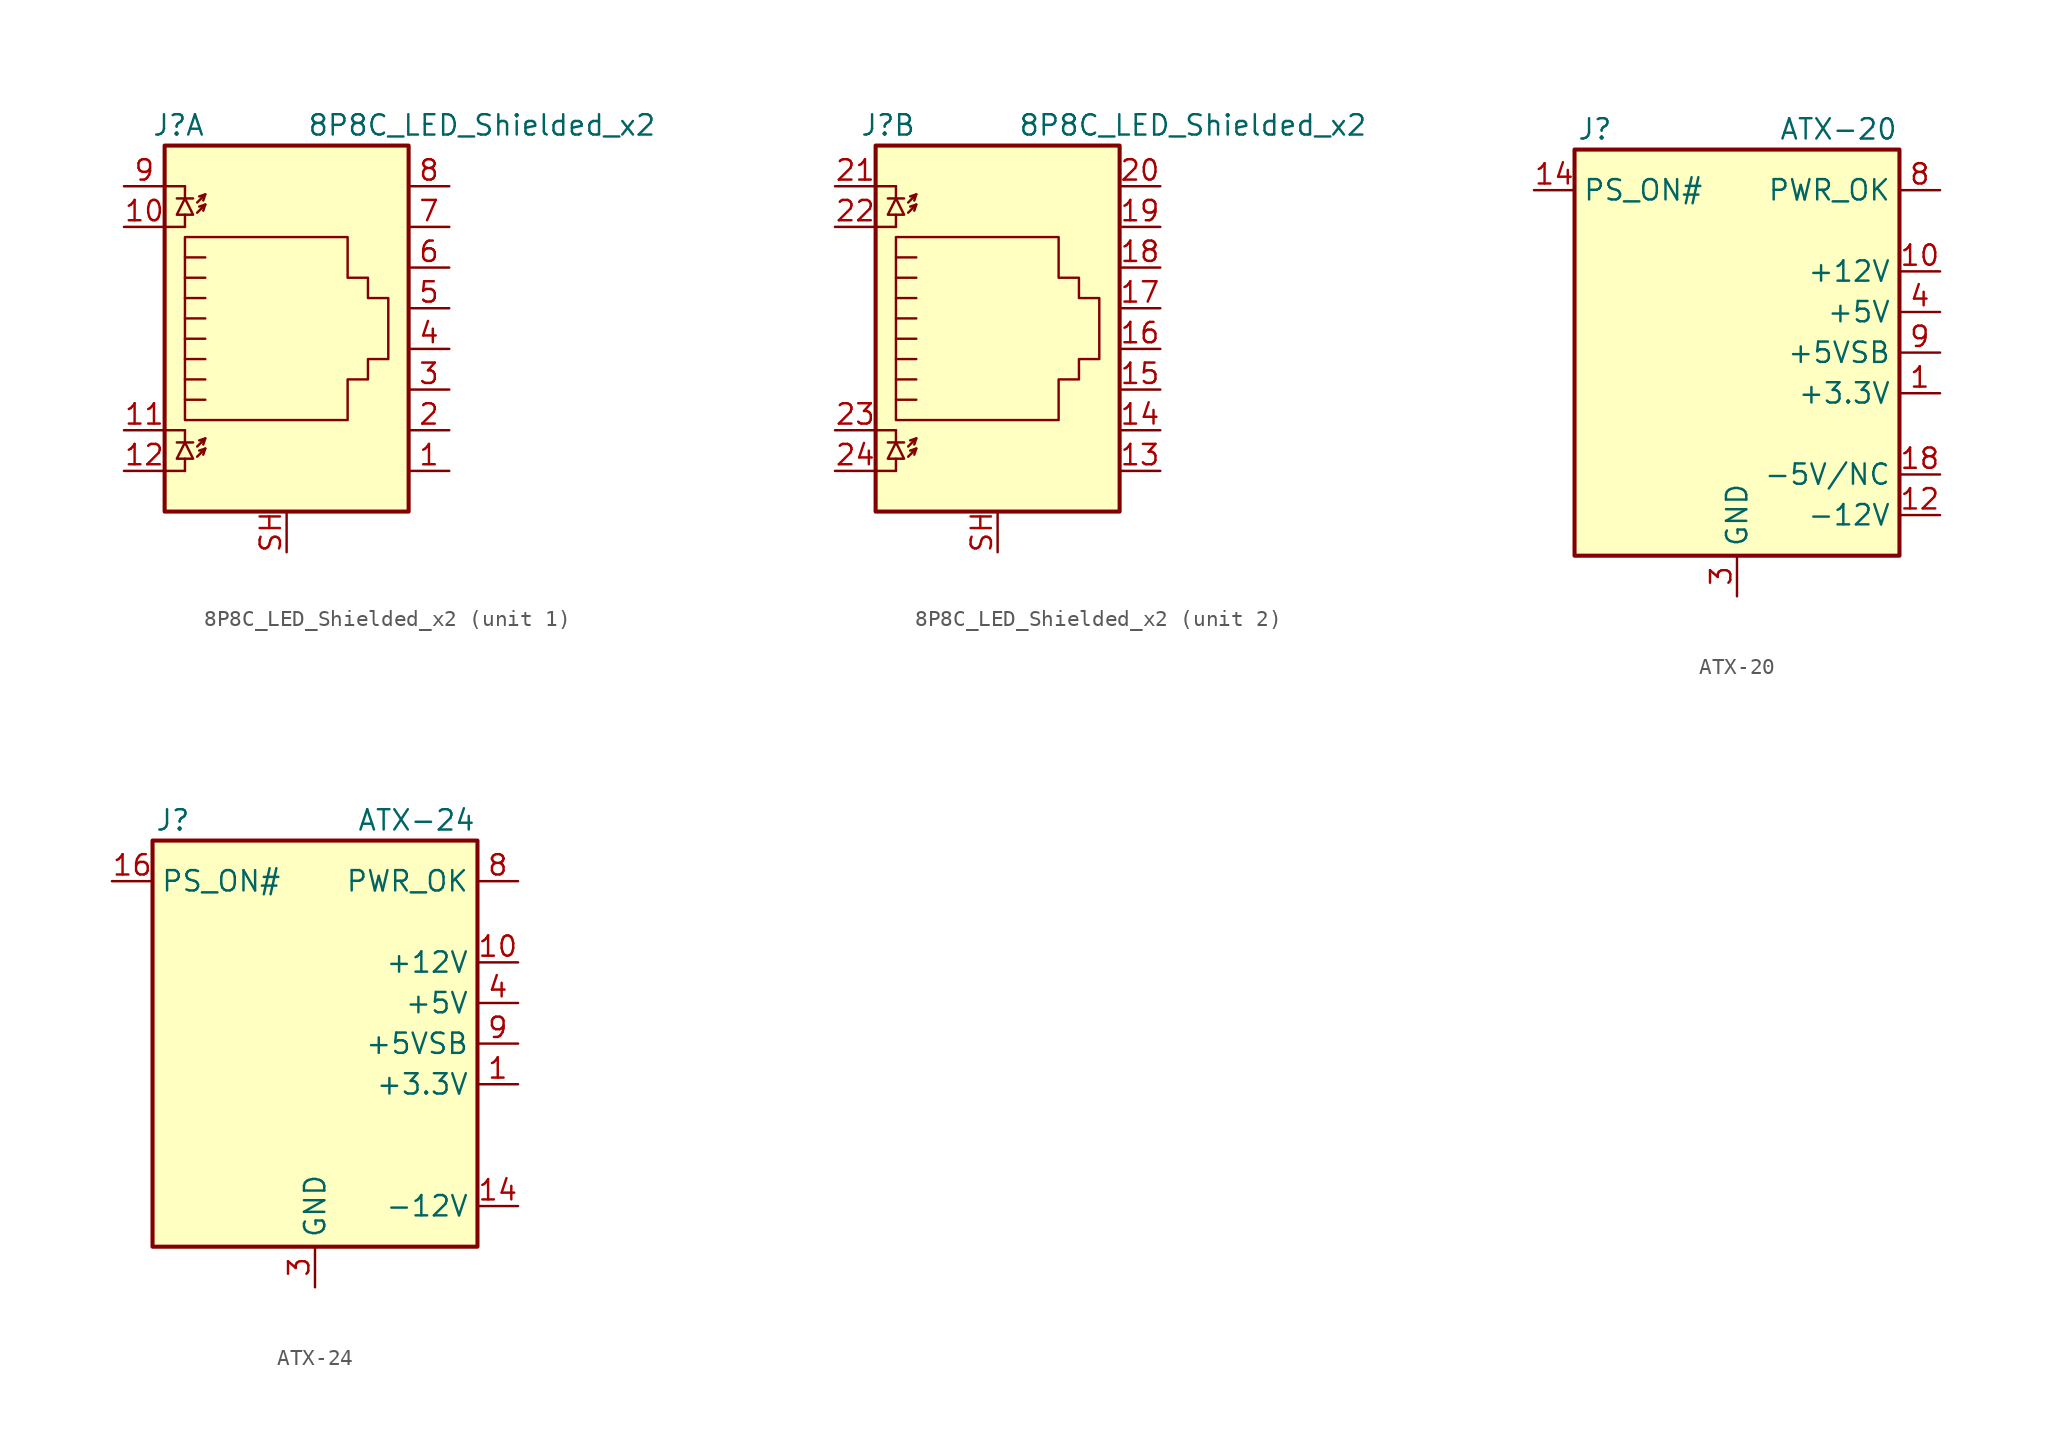
<source format=kicad_sym>
(kicad_symbol_lib
  (version 20211014)
  (generator kicad_symbol_editor)
  (symbol "8P8C_LED_Shielded_x2"
    (property "Reference" "J"
      (at -5.08 13.97 0)
      (effects (font (size 1.27 1.27)) (justify right)))
    (property "Value" "8P8C_LED_Shielded_x2"
      (at 1.27 13.97 0)
      (effects (font (size 1.27 1.27)) (justify left)))
    (symbol "8P8C_LED_Shielded_x2_0_1"
      (polyline (pts (xy -7.62 -7.62) (xy -6.35 -7.62)) (stroke (width 0) (type default) (color 0 0 0 0)) (fill (type none)))
      (polyline (pts (xy -7.62 -5.08) (xy -6.35 -5.08)) (stroke (width 0) (type default) (color 0 0 0 0)) (fill (type none)))
      (polyline (pts (xy -7.62 7.62) (xy -6.35 7.62)) (stroke (width 0) (type default) (color 0 0 0 0)) (fill (type none)))
      (polyline (pts (xy -7.62 10.16) (xy -6.35 10.16)) (stroke (width 0) (type default) (color 0 0 0 0)) (fill (type none)))
      (polyline (pts (xy -6.858 -5.842) (xy -5.842 -5.842)) (stroke (width 0) (type default) (color 0 0 0 0)) (fill (type none)))
      (polyline (pts (xy -6.858 9.398) (xy -5.842 9.398)) (stroke (width 0) (type default) (color 0 0 0 0)) (fill (type none)))
      (polyline (pts (xy -6.35 -7.62) (xy -6.35 -6.858)) (stroke (width 0) (type default) (color 0 0 0 0)) (fill (type none)))
      (polyline (pts (xy -6.35 -5.08) (xy -6.35 -5.842)) (stroke (width 0) (type default) (color 0 0 0 0)) (fill (type none)))
      (polyline (pts (xy -6.35 7.62) (xy -6.35 8.382)) (stroke (width 0) (type default) (color 0 0 0 0)) (fill (type none)))
      (polyline (pts (xy -6.35 10.16) (xy -6.35 9.398)) (stroke (width 0) (type default) (color 0 0 0 0)) (fill (type none)))
      (polyline (pts (xy -5.08 -6.223) (xy -5.207 -6.604)) (stroke (width 0) (type default) (color 0 0 0 0)) (fill (type none)))
      (polyline (pts (xy -5.08 -5.588) (xy -5.207 -5.969)) (stroke (width 0) (type default) (color 0 0 0 0)) (fill (type none)))
      (polyline (pts (xy -5.08 4.445) (xy -6.35 4.445)) (stroke (width 0) (type default) (color 0 0 0 0)) (fill (type none)))
      (polyline (pts (xy -5.08 5.715) (xy -6.35 5.715)) (stroke (width 0) (type default) (color 0 0 0 0)) (fill (type none)))
      (polyline (pts (xy -5.08 9.017) (xy -5.207 8.636)) (stroke (width 0) (type default) (color 0 0 0 0)) (fill (type none)))
      (polyline (pts (xy -5.08 9.652) (xy -5.207 9.271)) (stroke (width 0) (type default) (color 0 0 0 0)) (fill (type none)))
      (polyline (pts (xy -6.35 -3.175) (xy -5.08 -3.175) (xy -5.08 -3.175)) (stroke (width 0) (type default) (color 0 0 0 0)) (fill (type none)))
      (polyline (pts (xy -6.35 -1.905) (xy -5.08 -1.905) (xy -5.08 -1.905)) (stroke (width 0) (type default) (color 0 0 0 0)) (fill (type none)))
      (polyline (pts (xy -6.35 -0.635) (xy -5.08 -0.635) (xy -5.08 -0.635)) (stroke (width 0) (type default) (color 0 0 0 0)) (fill (type none)))
      (polyline (pts (xy -6.35 0.635) (xy -5.08 0.635) (xy -5.08 0.635)) (stroke (width 0) (type default) (color 0 0 0 0)) (fill (type none)))
      (polyline (pts (xy -6.35 1.905) (xy -5.08 1.905) (xy -5.08 1.905)) (stroke (width 0) (type default) (color 0 0 0 0)) (fill (type none)))
      (polyline (pts (xy -5.588 -6.731) (xy -5.08 -6.223) (xy -5.461 -6.35)) (stroke (width 0) (type default) (color 0 0 0 0)) (fill (type none)))
      (polyline (pts (xy -5.588 -6.096) (xy -5.08 -5.588) (xy -5.461 -5.715)) (stroke (width 0) (type default) (color 0 0 0 0)) (fill (type none)))
      (polyline (pts (xy -5.588 8.509) (xy -5.08 9.017) (xy -5.461 8.89)) (stroke (width 0) (type default) (color 0 0 0 0)) (fill (type none)))
      (polyline (pts (xy -5.588 9.144) (xy -5.08 9.652) (xy -5.461 9.525)) (stroke (width 0) (type default) (color 0 0 0 0)) (fill (type none)))
      (polyline (pts (xy -5.08 3.175) (xy -6.35 3.175) (xy -6.35 3.175)) (stroke (width 0) (type default) (color 0 0 0 0)) (fill (type none)))
      (polyline (pts (xy -6.35 -5.842) (xy -6.858 -6.858) (xy -5.842 -6.858) (xy -6.35 -5.842)) (stroke (width 0) (type default) (color 0 0 0 0)) (fill (type none)))
      (polyline (pts (xy -6.35 9.398) (xy -6.858 8.382) (xy -5.842 8.382) (xy -6.35 9.398)) (stroke (width 0) (type default) (color 0 0 0 0)) (fill (type none)))
      (polyline (pts (xy -6.35 -4.445) (xy -6.35 6.985) (xy 3.81 6.985) (xy 3.81 4.445) (xy 5.08 4.445) (xy 5.08 3.175) (xy 6.35 3.175) (xy 6.35 -0.635) (xy 5.08 -0.635) (xy 5.08 -1.905) (xy 3.81 -1.905) (xy 3.81 -4.445) (xy -6.35 -4.445) (xy -6.35 -4.445)) (stroke (width 0) (type default) (color 0 0 0 0)) (fill (type none)))
      (rectangle (start 7.62 12.7) (end -7.62 -10.16) (stroke (width 0.254) (type default) (color 0 0 0 0)) (fill (type background))))
    (symbol "8P8C_LED_Shielded_x2_1_1"
      (pin passive line (at 10.16 -7.62 180) (length 2.54) (name "~" (effects (font (size 1.27 1.27)))) (number "1" (effects (font (size 1.27 1.27)))))
      (pin passive line (at -10.16 7.62 0) (length 2.54) (name "~" (effects (font (size 1.27 1.27)))) (number "10" (effects (font (size 1.27 1.27)))))
      (pin passive line (at -10.16 -5.08 0) (length 2.54) (name "~" (effects (font (size 1.27 1.27)))) (number "11" (effects (font (size 1.27 1.27)))))
      (pin passive line (at -10.16 -7.62 0) (length 2.54) (name "~" (effects (font (size 1.27 1.27)))) (number "12" (effects (font (size 1.27 1.27)))))
      (pin passive line (at 10.16 -5.08 180) (length 2.54) (name "~" (effects (font (size 1.27 1.27)))) (number "2" (effects (font (size 1.27 1.27)))))
      (pin passive line (at 10.16 -2.54 180) (length 2.54) (name "~" (effects (font (size 1.27 1.27)))) (number "3" (effects (font (size 1.27 1.27)))))
      (pin passive line (at 10.16 0 180) (length 2.54) (name "~" (effects (font (size 1.27 1.27)))) (number "4" (effects (font (size 1.27 1.27)))))
      (pin passive line (at 10.16 2.54 180) (length 2.54) (name "~" (effects (font (size 1.27 1.27)))) (number "5" (effects (font (size 1.27 1.27)))))
      (pin passive line (at 10.16 5.08 180) (length 2.54) (name "~" (effects (font (size 1.27 1.27)))) (number "6" (effects (font (size 1.27 1.27)))))
      (pin passive line (at 10.16 7.62 180) (length 2.54) (name "~" (effects (font (size 1.27 1.27)))) (number "7" (effects (font (size 1.27 1.27)))))
      (pin passive line (at 10.16 10.16 180) (length 2.54) (name "~" (effects (font (size 1.27 1.27)))) (number "8" (effects (font (size 1.27 1.27)))))
      (pin passive line (at -10.16 10.16 0) (length 2.54) (name "~" (effects (font (size 1.27 1.27)))) (number "9" (effects (font (size 1.27 1.27)))))
      (pin passive line (at 0 -12.7 90) (length 2.54) (name "~" (effects (font (size 1.27 1.27)))) (number "SH" (effects (font (size 1.27 1.27))))))
    (symbol "8P8C_LED_Shielded_x2_2_1"
      (pin passive line (at 10.16 -7.62 180) (length 2.54) (name "~" (effects (font (size 1.27 1.27)))) (number "13" (effects (font (size 1.27 1.27)))))
      (pin passive line (at 10.16 -5.08 180) (length 2.54) (name "~" (effects (font (size 1.27 1.27)))) (number "14" (effects (font (size 1.27 1.27)))))
      (pin passive line (at 10.16 -2.54 180) (length 2.54) (name "~" (effects (font (size 1.27 1.27)))) (number "15" (effects (font (size 1.27 1.27)))))
      (pin passive line (at 10.16 0 180) (length 2.54) (name "~" (effects (font (size 1.27 1.27)))) (number "16" (effects (font (size 1.27 1.27)))))
      (pin passive line (at 10.16 2.54 180) (length 2.54) (name "~" (effects (font (size 1.27 1.27)))) (number "17" (effects (font (size 1.27 1.27)))))
      (pin passive line (at 10.16 5.08 180) (length 2.54) (name "~" (effects (font (size 1.27 1.27)))) (number "18" (effects (font (size 1.27 1.27)))))
      (pin passive line (at 10.16 7.62 180) (length 2.54) (name "~" (effects (font (size 1.27 1.27)))) (number "19" (effects (font (size 1.27 1.27)))))
      (pin passive line (at 10.16 10.16 180) (length 2.54) (name "~" (effects (font (size 1.27 1.27)))) (number "20" (effects (font (size 1.27 1.27)))))
      (pin passive line (at -10.16 10.16 0) (length 2.54) (name "~" (effects (font (size 1.27 1.27)))) (number "21" (effects (font (size 1.27 1.27)))))
      (pin passive line (at -10.16 7.62 0) (length 2.54) (name "~" (effects (font (size 1.27 1.27)))) (number "22" (effects (font (size 1.27 1.27)))))
      (pin passive line (at -10.16 -5.08 0) (length 2.54) (name "~" (effects (font (size 1.27 1.27)))) (number "23" (effects (font (size 1.27 1.27)))))
      (pin passive line (at -10.16 -7.62 0) (length 2.54) (name "~" (effects (font (size 1.27 1.27)))) (number "24" (effects (font (size 1.27 1.27)))))
      (pin passive line (at 0 -12.7 90) (length 2.54) (name "~" (effects (font (size 1.27 1.27)))) (number "SH" (effects (font (size 1.27 1.27)))))))
  (symbol "ATX-20"
    (property "Reference" "J"
      (at -8.89 13.97 0)
      (effects (font (size 1.27 1.27))))
    (property "Value" "ATX-20"
      (at 6.35 13.97 0)
      (effects (font (size 1.27 1.27))))
    (symbol "ATX-20_0_1"
      (rectangle (start -10.16 12.7) (end 10.16 -12.7) (stroke (width 0.254) (type default) (color 0 0 0 0)) (fill (type background))))
    (symbol "ATX-20_1_1"
      (pin power_out line (at 12.7 -2.54 180) (length 2.54) (name "+3.3V" (effects (font (size 1.27 1.27)))) (number "1" (effects (font (size 1.27 1.27)))))
      (pin power_out line (at 12.7 5.08 180) (length 2.54) (name "+12V" (effects (font (size 1.27 1.27)))) (number "10" (effects (font (size 1.27 1.27)))))
      (pin passive line (at 12.7 -2.54 180) (length 2.54) hide (name "+3.3V" (effects (font (size 1.27 1.27)))) (number "11" (effects (font (size 1.27 1.27)))))
      (pin power_out line (at 12.7 -10.16 180) (length 2.54) (name "-12V" (effects (font (size 1.27 1.27)))) (number "12" (effects (font (size 1.27 1.27)))))
      (pin passive line (at 0 -15.24 90) (length 2.54) hide (name "GND" (effects (font (size 1.27 1.27)))) (number "13" (effects (font (size 1.27 1.27)))))
      (pin open_collector line (at -12.7 10.16 0) (length 2.54) (name "PS_ON#" (effects (font (size 1.27 1.27)))) (number "14" (effects (font (size 1.27 1.27)))))
      (pin passive line (at 0 -15.24 90) (length 2.54) hide (name "GND" (effects (font (size 1.27 1.27)))) (number "15" (effects (font (size 1.27 1.27)))))
      (pin passive line (at 0 -15.24 90) (length 2.54) hide (name "GND" (effects (font (size 1.27 1.27)))) (number "16" (effects (font (size 1.27 1.27)))))
      (pin passive line (at 0 -15.24 90) (length 2.54) hide (name "GND" (effects (font (size 1.27 1.27)))) (number "17" (effects (font (size 1.27 1.27)))))
      (pin power_out line (at 12.7 -7.62 180) (length 2.54) (name "-5V/NC" (effects (font (size 1.27 1.27)))) (number "18" (effects (font (size 1.27 1.27)))))
      (pin passive line (at 12.7 2.54 180) (length 2.54) hide (name "+5V" (effects (font (size 1.27 1.27)))) (number "19" (effects (font (size 1.27 1.27)))))
      (pin passive line (at 12.7 -2.54 180) (length 2.54) hide (name "+3.3V" (effects (font (size 1.27 1.27)))) (number "2" (effects (font (size 1.27 1.27)))))
      (pin passive line (at 12.7 2.54 180) (length 2.54) hide (name "+5V" (effects (font (size 1.27 1.27)))) (number "20" (effects (font (size 1.27 1.27)))))
      (pin power_out line (at 0 -15.24 90) (length 2.54) (name "GND" (effects (font (size 1.27 1.27)))) (number "3" (effects (font (size 1.27 1.27)))))
      (pin power_out line (at 12.7 2.54 180) (length 2.54) (name "+5V" (effects (font (size 1.27 1.27)))) (number "4" (effects (font (size 1.27 1.27)))))
      (pin passive line (at 0 -15.24 90) (length 2.54) hide (name "GND" (effects (font (size 1.27 1.27)))) (number "5" (effects (font (size 1.27 1.27)))))
      (pin passive line (at 12.7 2.54 180) (length 2.54) hide (name "+5V" (effects (font (size 1.27 1.27)))) (number "6" (effects (font (size 1.27 1.27)))))
      (pin passive line (at 0 -15.24 90) (length 2.54) hide (name "GND" (effects (font (size 1.27 1.27)))) (number "7" (effects (font (size 1.27 1.27)))))
      (pin output line (at 12.7 10.16 180) (length 2.54) (name "PWR_OK" (effects (font (size 1.27 1.27)))) (number "8" (effects (font (size 1.27 1.27)))))
      (pin power_out line (at 12.7 0 180) (length 2.54) (name "+5VSB" (effects (font (size 1.27 1.27)))) (number "9" (effects (font (size 1.27 1.27)))))))
  (symbol "ATX-24"
    (property "Reference" "J"
      (at -8.89 13.97 0)
      (effects (font (size 1.27 1.27))))
    (property "Value" "ATX-24"
      (at 6.35 13.97 0)
      (effects (font (size 1.27 1.27))))
    (symbol "ATX-24_0_1"
      (rectangle (start -10.16 12.7) (end 10.16 -12.7) (stroke (width 0.254) (type default) (color 0 0 0 0)) (fill (type background))))
    (symbol "ATX-24_1_1"
      (pin power_out line (at 12.7 -2.54 180) (length 2.54) (name "+3.3V" (effects (font (size 1.27 1.27)))) (number "1" (effects (font (size 1.27 1.27)))))
      (pin power_out line (at 12.7 5.08 180) (length 2.54) (name "+12V" (effects (font (size 1.27 1.27)))) (number "10" (effects (font (size 1.27 1.27)))))
      (pin passive line (at 12.7 5.08 180) (length 2.54) hide (name "+12V" (effects (font (size 1.27 1.27)))) (number "11" (effects (font (size 1.27 1.27)))))
      (pin passive line (at 12.7 -2.54 180) (length 2.54) hide (name "+3.3V" (effects (font (size 1.27 1.27)))) (number "12" (effects (font (size 1.27 1.27)))))
      (pin passive line (at 12.7 -2.54 180) (length 2.54) hide (name "+3.3V" (effects (font (size 1.27 1.27)))) (number "13" (effects (font (size 1.27 1.27)))))
      (pin power_out line (at 12.7 -10.16 180) (length 2.54) (name "-12V" (effects (font (size 1.27 1.27)))) (number "14" (effects (font (size 1.27 1.27)))))
      (pin passive line (at 0 -15.24 90) (length 2.54) hide (name "GND" (effects (font (size 1.27 1.27)))) (number "15" (effects (font (size 1.27 1.27)))))
      (pin open_collector line (at -12.7 10.16 0) (length 2.54) (name "PS_ON#" (effects (font (size 1.27 1.27)))) (number "16" (effects (font (size 1.27 1.27)))))
      (pin passive line (at 0 -15.24 90) (length 2.54) hide (name "GND" (effects (font (size 1.27 1.27)))) (number "17" (effects (font (size 1.27 1.27)))))
      (pin passive line (at 0 -15.24 90) (length 2.54) hide (name "GND" (effects (font (size 1.27 1.27)))) (number "18" (effects (font (size 1.27 1.27)))))
      (pin passive line (at 0 -15.24 90) (length 2.54) hide (name "GND" (effects (font (size 1.27 1.27)))) (number "19" (effects (font (size 1.27 1.27)))))
      (pin passive line (at 12.7 -2.54 180) (length 2.54) hide (name "+3.3V" (effects (font (size 1.27 1.27)))) (number "2" (effects (font (size 1.27 1.27)))))
      (pin no_connect line (at -10.16 0 0) (length 2.54) hide (name "NC" (effects (font (size 1.27 1.27)))) (number "20" (effects (font (size 1.27 1.27)))))
      (pin passive line (at 12.7 2.54 180) (length 2.54) hide (name "+5V" (effects (font (size 1.27 1.27)))) (number "21" (effects (font (size 1.27 1.27)))))
      (pin passive line (at 12.7 2.54 180) (length 2.54) hide (name "+5V" (effects (font (size 1.27 1.27)))) (number "22" (effects (font (size 1.27 1.27)))))
      (pin passive line (at 12.7 2.54 180) (length 2.54) hide (name "+5V" (effects (font (size 1.27 1.27)))) (number "23" (effects (font (size 1.27 1.27)))))
      (pin passive line (at 0 -15.24 90) (length 2.54) hide (name "GND" (effects (font (size 1.27 1.27)))) (number "24" (effects (font (size 1.27 1.27)))))
      (pin power_out line (at 0 -15.24 90) (length 2.54) (name "GND" (effects (font (size 1.27 1.27)))) (number "3" (effects (font (size 1.27 1.27)))))
      (pin power_out line (at 12.7 2.54 180) (length 2.54) (name "+5V" (effects (font (size 1.27 1.27)))) (number "4" (effects (font (size 1.27 1.27)))))
      (pin passive line (at 0 -15.24 90) (length 2.54) hide (name "GND" (effects (font (size 1.27 1.27)))) (number "5" (effects (font (size 1.27 1.27)))))
      (pin passive line (at 12.7 2.54 180) (length 2.54) hide (name "+5V" (effects (font (size 1.27 1.27)))) (number "6" (effects (font (size 1.27 1.27)))))
      (pin passive line (at 0 -15.24 90) (length 2.54) hide (name "GND" (effects (font (size 1.27 1.27)))) (number "7" (effects (font (size 1.27 1.27)))))
      (pin output line (at 12.7 10.16 180) (length 2.54) (name "PWR_OK" (effects (font (size 1.27 1.27)))) (number "8" (effects (font (size 1.27 1.27)))))
      (pin power_out line (at 12.7 0 180) (length 2.54) (name "+5VSB" (effects (font (size 1.27 1.27)))) (number "9" (effects (font (size 1.27 1.27))))))))
</source>
